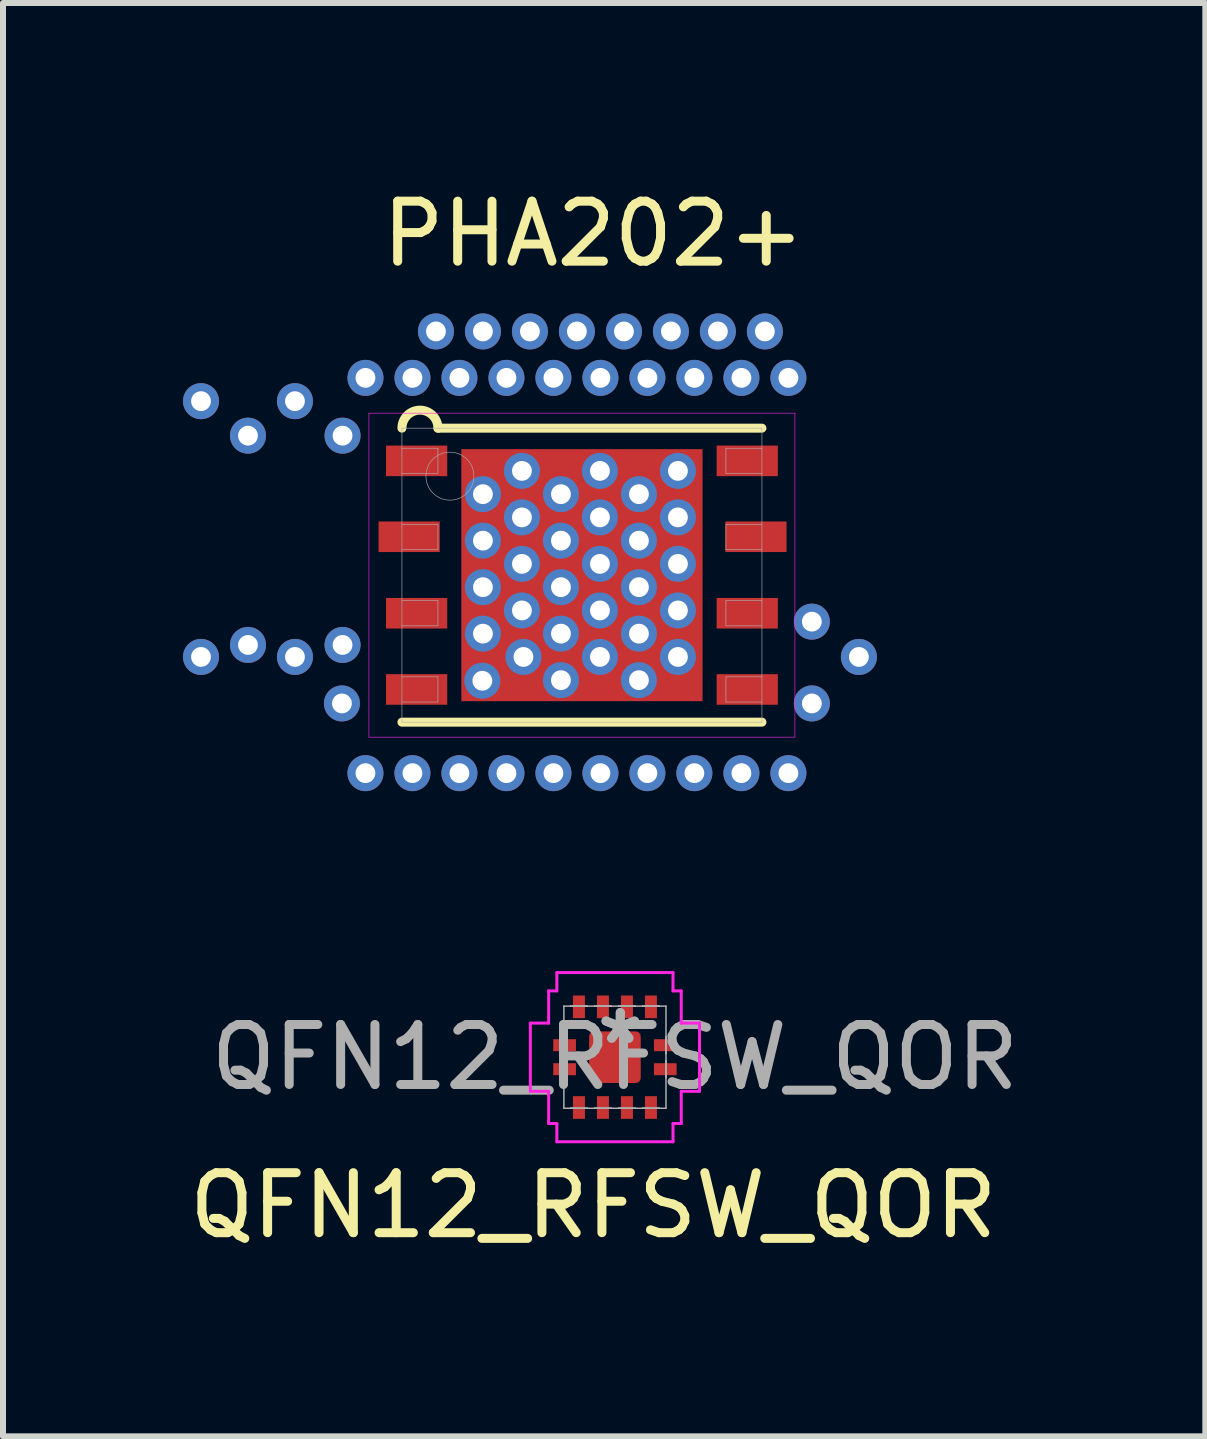
<source format=kicad_pcb>
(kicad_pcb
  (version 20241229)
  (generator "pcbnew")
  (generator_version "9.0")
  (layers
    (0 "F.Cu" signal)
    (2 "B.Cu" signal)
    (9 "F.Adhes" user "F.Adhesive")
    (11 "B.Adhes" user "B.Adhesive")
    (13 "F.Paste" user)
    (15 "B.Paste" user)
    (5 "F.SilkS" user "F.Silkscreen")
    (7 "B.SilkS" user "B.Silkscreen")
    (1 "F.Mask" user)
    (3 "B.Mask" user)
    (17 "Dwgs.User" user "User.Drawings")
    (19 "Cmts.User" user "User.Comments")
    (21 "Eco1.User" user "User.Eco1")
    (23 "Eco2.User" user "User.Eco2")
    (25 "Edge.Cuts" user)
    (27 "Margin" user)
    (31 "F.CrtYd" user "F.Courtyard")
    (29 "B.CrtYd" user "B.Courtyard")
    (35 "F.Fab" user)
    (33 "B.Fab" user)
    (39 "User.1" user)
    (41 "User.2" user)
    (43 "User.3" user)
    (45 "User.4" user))
  (footprint "QFN12_RFSW_QOR"
    (layer "F.Cu")
    (at 7.199 14.57)
    (property "Reference" "QFN12_RFSW_QOR" (at -0.36 2.47 0) (unlocked yes) (layer "F.SilkS") (effects (font (size 1 1) (thickness 0.15))))
    (attr smd)
    (fp_line (start -1.41 -0.568) (end -1.105 -0.568) (stroke (width 0.05) (type solid)) (layer "F.CrtYd"))
    (fp_line (start -1.41 0.568) (end -1.41 -0.568) (stroke (width 0.05) (type solid)) (layer "F.CrtYd"))
    (fp_line (start -1.105 -1.105) (end -0.968 -1.105) (stroke (width 0.05) (type solid)) (layer "F.CrtYd"))
    (fp_line (start -1.105 -0.568) (end -1.105 -1.105) (stroke (width 0.05) (type solid)) (layer "F.CrtYd"))
    (fp_line (start -1.105 0.568) (end -1.41 0.568) (stroke (width 0.05) (type solid)) (layer "F.CrtYd"))
    (fp_line (start -1.105 1.105) (end -1.105 0.568) (stroke (width 0.05) (type solid)) (layer "F.CrtYd"))
    (fp_line (start -0.968 -1.41) (end 0.968 -1.41) (stroke (width 0.05) (type solid)) (layer "F.CrtYd"))
    (fp_line (start -0.968 -1.105) (end -0.968 -1.41) (stroke (width 0.05) (type solid)) (layer "F.CrtYd"))
    (fp_line (start -0.968 1.105) (end -1.105 1.105) (stroke (width 0.05) (type solid)) (layer "F.CrtYd"))
    (fp_line (start -0.968 1.41) (end -0.968 1.105) (stroke (width 0.05) (type solid)) (layer "F.CrtYd"))
    (fp_line (start 0.968 -1.41) (end 0.968 -1.105) (stroke (width 0.05) (type solid)) (layer "F.CrtYd"))
    (fp_line (start 0.968 -1.105) (end 1.105 -1.105) (stroke (width 0.05) (type solid)) (layer "F.CrtYd"))
    (fp_line (start 0.968 1.105) (end 0.968 1.41) (stroke (width 0.05) (type solid)) (layer "F.CrtYd"))
    (fp_line (start 0.968 1.41) (end -0.968 1.41) (stroke (width 0.05) (type solid)) (layer "F.CrtYd"))
    (fp_line (start 1.105 -1.105) (end 1.105 -0.568) (stroke (width 0.05) (type solid)) (layer "F.CrtYd"))
    (fp_line (start 1.105 -0.568) (end 1.41 -0.568) (stroke (width 0.05) (type solid)) (layer "F.CrtYd"))
    (fp_line (start 1.105 0.568) (end 1.105 1.105) (stroke (width 0.05) (type solid)) (layer "F.CrtYd"))
    (fp_line (start 1.105 1.105) (end 0.968 1.105) (stroke (width 0.05) (type solid)) (layer "F.CrtYd"))
    (fp_line (start 1.41 -0.568) (end 1.41 0.568) (stroke (width 0.05) (type solid)) (layer "F.CrtYd"))
    (fp_line (start 1.41 0.568) (end 1.105 0.568) (stroke (width 0.05) (type solid)) (layer "F.CrtYd"))
    (fp_line (start -0.851 -0.851) (end -0.851 0.851) (stroke (width 0.025) (type solid)) (layer "F.Fab"))
    (fp_line (start -0.851 -0.34) (end -0.851 -0.34) (stroke (width 0.025) (type solid)) (layer "F.Fab"))
    (fp_line (start -0.851 -0.34) (end -0.851 -0.06) (stroke (width 0.025) (type solid)) (layer "F.Fab"))
    (fp_line (start -0.851 -0.06) (end -0.851 -0.34) (stroke (width 0.025) (type solid)) (layer "F.Fab"))
    (fp_line (start -0.851 -0.06) (end -0.851 -0.06) (stroke (width 0.025) (type solid)) (layer "F.Fab"))
    (fp_line (start -0.851 0.06) (end -0.851 0.06) (stroke (width 0.025) (type solid)) (layer "F.Fab"))
    (fp_line (start -0.851 0.06) (end -0.851 0.34) (stroke (width 0.025) (type solid)) (layer "F.Fab"))
    (fp_line (start -0.851 0.34) (end -0.851 0.06) (stroke (width 0.025) (type solid)) (layer "F.Fab"))
    (fp_line (start -0.851 0.34) (end -0.851 0.34) (stroke (width 0.025) (type solid)) (layer "F.Fab"))
    (fp_line (start -0.851 0.851) (end 0.851 0.851) (stroke (width 0.025) (type solid)) (layer "F.Fab"))
    (fp_line (start -0.74 -0.851) (end -0.74 -0.851) (stroke (width 0.025) (type solid)) (layer "F.Fab"))
    (fp_line (start -0.74 -0.851) (end -0.46 -0.851) (stroke (width 0.025) (type solid)) (layer "F.Fab"))
    (fp_line (start -0.74 0.851) (end -0.74 0.851) (stroke (width 0.025) (type solid)) (layer "F.Fab"))
    (fp_line (start -0.74 0.851) (end -0.46 0.851) (stroke (width 0.025) (type solid)) (layer "F.Fab"))
    (fp_line (start -0.46 -0.851) (end -0.74 -0.851) (stroke (width 0.025) (type solid)) (layer "F.Fab"))
    (fp_line (start -0.46 -0.851) (end -0.46 -0.851) (stroke (width 0.025) (type solid)) (layer "F.Fab"))
    (fp_line (start -0.46 0.851) (end -0.74 0.851) (stroke (width 0.025) (type solid)) (layer "F.Fab"))
    (fp_line (start -0.46 0.851) (end -0.46 0.851) (stroke (width 0.025) (type solid)) (layer "F.Fab"))
    (fp_line (start -0.34 -0.851) (end -0.34 -0.851) (stroke (width 0.025) (type solid)) (layer "F.Fab"))
    (fp_line (start -0.34 -0.851) (end -0.06 -0.851) (stroke (width 0.025) (type solid)) (layer "F.Fab"))
    (fp_line (start -0.34 0.851) (end -0.34 0.851) (stroke (width 0.025) (type solid)) (layer "F.Fab"))
    (fp_line (start -0.34 0.851) (end -0.06 0.851) (stroke (width 0.025) (type solid)) (layer "F.Fab"))
    (fp_line (start -0.06 -0.851) (end -0.34 -0.851) (stroke (width 0.025) (type solid)) (layer "F.Fab"))
    (fp_line (start -0.06 -0.851) (end -0.06 -0.851) (stroke (width 0.025) (type solid)) (layer "F.Fab"))
    (fp_line (start -0.06 0.851) (end -0.34 0.851) (stroke (width 0.025) (type solid)) (layer "F.Fab"))
    (fp_line (start -0.06 0.851) (end -0.06 0.851) (stroke (width 0.025) (type solid)) (layer "F.Fab"))
    (fp_line (start 0.06 -0.851) (end 0.06 -0.851) (stroke (width 0.025) (type solid)) (layer "F.Fab"))
    (fp_line (start 0.06 -0.851) (end 0.34 -0.851) (stroke (width 0.025) (type solid)) (layer "F.Fab"))
    (fp_line (start 0.06 0.851) (end 0.06 0.851) (stroke (width 0.025) (type solid)) (layer "F.Fab"))
    (fp_line (start 0.06 0.851) (end 0.34 0.851) (stroke (width 0.025) (type solid)) (layer "F.Fab"))
    (fp_line (start 0.34 -0.851) (end 0.06 -0.851) (stroke (width 0.025) (type solid)) (layer "F.Fab"))
    (fp_line (start 0.34 -0.851) (end 0.34 -0.851) (stroke (width 0.025) (type solid)) (layer "F.Fab"))
    (fp_line (start 0.34 0.851) (end 0.06 0.851) (stroke (width 0.025) (type solid)) (layer "F.Fab"))
    (fp_line (start 0.34 0.851) (end 0.34 0.851) (stroke (width 0.025) (type solid)) (layer "F.Fab"))
    (fp_line (start 0.46 -0.851) (end 0.46 -0.851) (stroke (width 0.025) (type solid)) (layer "F.Fab"))
    (fp_line (start 0.46 -0.851) (end 0.74 -0.851) (stroke (width 0.025) (type solid)) (layer "F.Fab"))
    (fp_line (start 0.46 0.851) (end 0.46 0.851) (stroke (width 0.025) (type solid)) (layer "F.Fab"))
    (fp_line (start 0.46 0.851) (end 0.74 0.851) (stroke (width 0.025) (type solid)) (layer "F.Fab"))
    (fp_line (start 0.74 -0.851) (end 0.46 -0.851) (stroke (width 0.025) (type solid)) (layer "F.Fab"))
    (fp_line (start 0.74 -0.851) (end 0.74 -0.851) (stroke (width 0.025) (type solid)) (layer "F.Fab"))
    (fp_line (start 0.74 0.851) (end 0.46 0.851) (stroke (width 0.025) (type solid)) (layer "F.Fab"))
    (fp_line (start 0.74 0.851) (end 0.74 0.851) (stroke (width 0.025) (type solid)) (layer "F.Fab"))
    (fp_line (start 0.851 -0.851) (end -0.851 -0.851) (stroke (width 0.025) (type solid)) (layer "F.Fab"))
    (fp_line (start 0.851 -0.34) (end 0.851 -0.34) (stroke (width 0.025) (type solid)) (layer "F.Fab"))
    (fp_line (start 0.851 -0.34) (end 0.851 -0.06) (stroke (width 0.025) (type solid)) (layer "F.Fab"))
    (fp_line (start 0.851 -0.06) (end 0.851 -0.34) (stroke (width 0.025) (type solid)) (layer "F.Fab"))
    (fp_line (start 0.851 -0.06) (end 0.851 -0.06) (stroke (width 0.025) (type solid)) (layer "F.Fab"))
    (fp_line (start 0.851 0.06) (end 0.851 0.06) (stroke (width 0.025) (type solid)) (layer "F.Fab"))
    (fp_line (start 0.851 0.06) (end 0.851 0.34) (stroke (width 0.025) (type solid)) (layer "F.Fab"))
    (fp_line (start 0.851 0.34) (end 0.851 0.06) (stroke (width 0.025) (type solid)) (layer "F.Fab"))
    (fp_line (start 0.851 0.34) (end 0.851 0.34) (stroke (width 0.025) (type solid)) (layer "F.Fab"))
    (fp_line (start 0.851 0.851) (end 0.851 -0.851) (stroke (width 0.025) (type solid)) (layer "F.Fab"))
    (fp_text user "*" (at 0.089 -0.2 0) (unlocked yes) (layer "F.Fab") (effects (font (size 1 1) (thickness 0.15))))
    (fp_text user "*" (at 0.089 -0.2 0) (unlocked yes) (layer "F.Fab") (effects (font (size 1 1) (thickness 0.15))))
    (fp_text user "${REFERENCE}" (at 0 0 0) (unlocked yes) (layer "F.Fab") (effects (font (size 1 1) (thickness 0.15))))
    (pad "1" smd rect (at -0.839 -0.2 90) (size 0.2 0.378) (layers "F.Cu" "F.Mask" "F.Paste"))
    (pad "2" smd rect (at -0.839 0.2 90) (size 0.2 0.378) (layers "F.Cu" "F.Mask" "F.Paste"))
    (pad "3" smd rect (at -0.6 0.839) (size 0.2 0.378) (layers "F.Cu" "F.Mask" "F.Paste"))
    (pad "4" smd rect (at -0.2 0.839) (size 0.2 0.378) (layers "F.Cu" "F.Mask" "F.Paste"))
    (pad "5" smd rect (at 0.2 0.839) (size 0.2 0.378) (layers "F.Cu" "F.Mask" "F.Paste"))
    (pad "6" smd rect (at 0.6 0.839) (size 0.2 0.378) (layers "F.Cu" "F.Mask" "F.Paste"))
    (pad "7" smd rect (at 0.839 0.2 90) (size 0.2 0.378) (layers "F.Cu" "F.Mask" "F.Paste"))
    (pad "8" smd rect (at 0.839 -0.2 90) (size 0.2 0.378) (layers "F.Cu" "F.Mask" "F.Paste"))
    (pad "9" smd rect (at 0.6 -0.839) (size 0.2 0.378) (layers "F.Cu" "F.Mask" "F.Paste"))
    (pad "10" smd rect (at 0.2 -0.839) (size 0.2 0.378) (layers "F.Cu" "F.Mask" "F.Paste"))
    (pad "11" smd rect (at -0.2 -0.839) (size 0.2 0.378) (layers "F.Cu" "F.Mask" "F.Paste"))
    (pad "12" smd rect (at -0.6 -0.839) (size 0.2 0.378) (layers "F.Cu" "F.Mask" "F.Paste"))
    (pad "13" smd roundrect (at 0 0) (size 0.86 0.86) (property pad_prop_heatsink) (layers "F.Cu" "F.Mask" "F.Paste") (roundrect_rratio 0.099)))
  (footprint "PHA202+"
    (layer "F.Cu")
    (at 6.649 6.536)
    (property "Reference" "PHA202+" (at 0.191 -5.688 0) (unlocked yes) (layer "F.SilkS") (effects (font (size 1 1) (thickness 0.15))))
    (attr smd)
    (fp_line (start -3 2.45) (end 3 2.45) (stroke (width 0.15) (type solid)) (layer "F.SilkS"))
    (fp_line (start -2.4 -2.45) (end 3 -2.45) (stroke (width 0.15) (type solid)) (layer "F.SilkS"))
    (fp_arc (start -3 -2.45) (mid -2.7 -2.75) (end -2.4 -2.45) (stroke (width 0.15) (type solid)) (layer "F.SilkS"))
    (fp_line (start -3.55 -2.7) (end 3.55 -2.7) (stroke (width 0.01) (type solid)) (layer "F.CrtYd"))
    (fp_line (start -3.55 2.7) (end -3.55 -2.7) (stroke (width 0.01) (type solid)) (layer "F.CrtYd"))
    (fp_line (start 3.55 -2.7) (end 3.55 2.7) (stroke (width 0.01) (type solid)) (layer "F.CrtYd"))
    (fp_line (start 3.55 2.7) (end -3.55 2.7) (stroke (width 0.01) (type solid)) (layer "F.CrtYd"))
    (fp_line (start -3 -2.45) (end 3 -2.45) (stroke (width 0.01) (type solid)) (layer "F.Fab"))
    (fp_line (start -3 -1.695) (end -2.4 -1.695) (stroke (width 0.01) (type solid)) (layer "F.Fab"))
    (fp_line (start -3 -0.425) (end -2.4 -0.425) (stroke (width 0.01) (type solid)) (layer "F.Fab"))
    (fp_line (start -3 0.845) (end -2.4 0.845) (stroke (width 0.01) (type solid)) (layer "F.Fab"))
    (fp_line (start -3 2.115) (end -2.4 2.115) (stroke (width 0.01) (type solid)) (layer "F.Fab"))
    (fp_line (start -3 2.45) (end -3 -2.45) (stroke (width 0.01) (type solid)) (layer "F.Fab"))
    (fp_line (start -2.4 -2.115) (end -3 -2.115) (stroke (width 0.01) (type solid)) (layer "F.Fab"))
    (fp_line (start -2.4 -1.695) (end -2.4 -2.115) (stroke (width 0.01) (type solid)) (layer "F.Fab"))
    (fp_line (start -2.4 -0.845) (end -3 -0.845) (stroke (width 0.01) (type solid)) (layer "F.Fab"))
    (fp_line (start -2.4 -0.425) (end -2.4 -0.845) (stroke (width 0.01) (type solid)) (layer "F.Fab"))
    (fp_line (start -2.4 0.425) (end -3 0.425) (stroke (width 0.01) (type solid)) (layer "F.Fab"))
    (fp_line (start -2.4 0.845) (end -2.4 0.425) (stroke (width 0.01) (type solid)) (layer "F.Fab"))
    (fp_line (start -2.4 1.695) (end -3 1.695) (stroke (width 0.01) (type solid)) (layer "F.Fab"))
    (fp_line (start -2.4 2.115) (end -2.4 1.695) (stroke (width 0.01) (type solid)) (layer "F.Fab"))
    (fp_line (start 2.4 -2.115) (end 2.4 -1.695) (stroke (width 0.01) (type solid)) (layer "F.Fab"))
    (fp_line (start 2.4 -1.695) (end 3 -1.695) (stroke (width 0.01) (type solid)) (layer "F.Fab"))
    (fp_line (start 2.4 -0.845) (end 2.4 -0.425) (stroke (width 0.01) (type solid)) (layer "F.Fab"))
    (fp_line (start 2.4 -0.425) (end 3 -0.425) (stroke (width 0.01) (type solid)) (layer "F.Fab"))
    (fp_line (start 2.4 0.425) (end 2.4 0.845) (stroke (width 0.01) (type solid)) (layer "F.Fab"))
    (fp_line (start 2.4 0.845) (end 3 0.845) (stroke (width 0.01) (type solid)) (layer "F.Fab"))
    (fp_line (start 2.4 1.695) (end 2.4 2.115) (stroke (width 0.01) (type solid)) (layer "F.Fab"))
    (fp_line (start 2.4 2.115) (end 3 2.115) (stroke (width 0.01) (type solid)) (layer "F.Fab"))
    (fp_line (start 3 -2.45) (end 3 2.45) (stroke (width 0.01) (type solid)) (layer "F.Fab"))
    (fp_line (start 3 -2.115) (end 2.4 -2.115) (stroke (width 0.01) (type solid)) (layer "F.Fab"))
    (fp_line (start 3 -0.845) (end 2.4 -0.845) (stroke (width 0.01) (type solid)) (layer "F.Fab"))
    (fp_line (start 3 0.425) (end 2.4 0.425) (stroke (width 0.01) (type solid)) (layer "F.Fab"))
    (fp_line (start 3 1.695) (end 2.4 1.695) (stroke (width 0.01) (type solid)) (layer "F.Fab"))
    (fp_line (start 3 2.45) (end -3 2.45) (stroke (width 0.01) (type solid)) (layer "F.Fab"))
    (fp_circle (center -2.2 -1.65) (end -2.2 -1.25) (stroke (width 0.01) (type solid)) (fill no) (layer "F.Fab"))
    (pad "EP" thru_hole circle (at -6.349 -2.9) (size 0.6 0.6) (drill 0.33) (layers "*.Cu"))
    (pad "EP" thru_hole circle (at -6.349 1.363) (size 0.6 0.6) (drill 0.33) (layers "*.Cu"))
    (pad "EP" thru_hole circle (at -5.566 -2.325) (size 0.6 0.6) (drill 0.33) (layers "*.Cu"))
    (pad "EP" thru_hole circle (at -5.566 1.163) (size 0.6 0.6) (drill 0.33) (layers "*.Cu"))
    (pad "EP" thru_hole circle (at -4.783 -2.9) (size 0.6 0.6) (drill 0.33) (layers "*.Cu"))
    (pad "EP" thru_hole circle (at -4.783 1.363) (size 0.6 0.6) (drill 0.33) (layers "*.Cu"))
    (pad "EP" thru_hole circle (at -4 2.138) (size 0.6 0.6) (drill 0.33) (layers "*.Cu"))
    (pad "EP" thru_hole circle (at -3.99 -2.325) (size 0.6 0.6) (drill 0.33) (layers "*.Cu"))
    (pad "EP" thru_hole circle (at -3.99 1.163) (size 0.6 0.6) (drill 0.33) (layers "*.Cu"))
    (pad "EP" thru_hole circle (at -3.608 -3.288) (size 0.6 0.6) (drill 0.33) (layers "*.Cu"))
    (pad "EP" thru_hole circle (at -3.608 3.3) (size 0.6 0.6) (drill 0.33) (layers "*.Cu"))
    (pad "EP" thru_hole circle (at -2.825 -3.288) (size 0.6 0.6) (drill 0.33) (layers "*.Cu"))
    (pad "EP" thru_hole circle (at -2.825 3.3) (size 0.6 0.6) (drill 0.33) (layers "*.Cu"))
    (pad "EP" thru_hole circle (at -2.433 -4.062) (size 0.6 0.6) (drill 0.33) (layers "*.Cu"))
    (pad "EP" thru_hole circle (at -2.042 -3.288) (size 0.6 0.6) (drill 0.33) (layers "*.Cu"))
    (pad "EP" thru_hole circle (at -2.042 3.3) (size 0.6 0.6) (drill 0.33) (layers "*.Cu"))
    (pad "EP" thru_hole circle (at -1.66 1.76) (size 0.6 0.6) (drill 0.33) (layers "*.Cu"))
    (pad "EP" thru_hole circle (at -1.65 -4.062) (size 0.6 0.6) (drill 0.33) (layers "*.Cu"))
    (pad "EP" thru_hole circle (at -1.65 -1.35) (size 0.6 0.6) (drill 0.33) (layers "*.Cu"))
    (pad "EP" thru_hole circle (at -1.65 -0.575) (size 0.6 0.6) (drill 0.33) (layers "*.Cu"))
    (pad "EP" thru_hole circle (at -1.65 0.2) (size 0.6 0.6) (drill 0.33) (layers "*.Cu"))
    (pad "EP" thru_hole circle (at -1.65 0.975) (size 0.6 0.6) (drill 0.33) (layers "*.Cu"))
    (pad "EP" thru_hole circle (at -1.258 -3.288) (size 0.6 0.6) (drill 0.33) (layers "*.Cu"))
    (pad "EP" thru_hole circle (at -1.258 3.3) (size 0.6 0.6) (drill 0.33) (layers "*.Cu"))
    (pad "EP" thru_hole circle (at -1 -1.738) (size 0.6 0.6) (drill 0.33) (layers "*.Cu"))
    (pad "EP" thru_hole circle (at -1 -0.963) (size 0.6 0.6) (drill 0.33) (layers "*.Cu"))
    (pad "EP" thru_hole circle (at -1 -0.188) (size 0.6 0.6) (drill 0.33) (layers "*.Cu"))
    (pad "EP" thru_hole circle (at -1 0.588) (size 0.6 0.6) (drill 0.33) (layers "*.Cu"))
    (pad "EP" thru_hole circle (at -0.975 1.363) (size 0.6 0.6) (drill 0.33) (layers "*.Cu"))
    (pad "EP" thru_hole circle (at -0.867 -4.062) (size 0.6 0.6) (drill 0.33) (layers "*.Cu"))
    (pad "EP" thru_hole circle (at -0.475 -3.288) (size 0.6 0.6) (drill 0.33) (layers "*.Cu"))
    (pad "EP" thru_hole circle (at -0.475 3.3) (size 0.6 0.6) (drill 0.33) (layers "*.Cu"))
    (pad "EP" thru_hole circle (at -0.35 -1.35) (size 0.6 0.6) (drill 0.33) (layers "*.Cu"))
    (pad "EP" thru_hole circle (at -0.35 -0.575) (size 0.6 0.6) (drill 0.33) (layers "*.Cu"))
    (pad "EP" thru_hole circle (at -0.35 0.2) (size 0.6 0.6) (drill 0.33) (layers "*.Cu"))
    (pad "EP" thru_hole circle (at -0.35 0.975) (size 0.6 0.6) (drill 0.33) (layers "*.Cu"))
    (pad "EP" thru_hole circle (at -0.35 1.75) (size 0.6 0.6) (drill 0.33) (layers "*.Cu"))
    (pad "EP" thru_hole circle (at -0.084 -4.062) (size 0.6 0.6) (drill 0.33) (layers "*.Cu"))
    (pad "EP" thru_hole circle (at 0.3 -1.738) (size 0.6 0.6) (drill 0.33) (layers "*.Cu"))
    (pad "EP" thru_hole circle (at 0.3 -0.963) (size 0.6 0.6) (drill 0.33) (layers "*.Cu"))
    (pad "EP" thru_hole circle (at 0.3 -0.188) (size 0.6 0.6) (drill 0.33) (layers "*.Cu"))
    (pad "EP" thru_hole circle (at 0.3 0.588) (size 0.6 0.6) (drill 0.33) (layers "*.Cu"))
    (pad "EP" thru_hole circle (at 0.3 1.363) (size 0.6 0.6) (drill 0.33) (layers "*.Cu"))
    (pad "EP" thru_hole circle (at 0.308 -3.288) (size 0.6 0.6) (drill 0.33) (layers "*.Cu"))
    (pad "EP" thru_hole circle (at 0.308 3.3) (size 0.6 0.6) (drill 0.33) (layers "*.Cu"))
    (pad "EP" thru_hole circle (at 0.7 -4.062) (size 0.6 0.6) (drill 0.33) (layers "*.Cu"))
    (pad "EP" thru_hole circle (at 0.95 -1.35) (size 0.6 0.6) (drill 0.33) (layers "*.Cu"))
    (pad "EP" thru_hole circle (at 0.95 -0.575) (size 0.6 0.6) (drill 0.33) (layers "*.Cu"))
    (pad "EP" thru_hole circle (at 0.95 0.2) (size 0.6 0.6) (drill 0.33) (layers "*.Cu"))
    (pad "EP" thru_hole circle (at 0.95 0.975) (size 0.6 0.6) (drill 0.33) (layers "*.Cu"))
    (pad "EP" thru_hole circle (at 0.95 1.75) (size 0.6 0.6) (drill 0.33) (layers "*.Cu"))
    (pad "EP" thru_hole circle (at 1.091 -3.288) (size 0.6 0.6) (drill 0.33) (layers "*.Cu"))
    (pad "EP" thru_hole circle (at 1.091 3.3) (size 0.6 0.6) (drill 0.33) (layers "*.Cu"))
    (pad "EP" thru_hole circle (at 1.483 -4.062) (size 0.6 0.6) (drill 0.33) (layers "*.Cu"))
    (pad "EP" thru_hole circle (at 1.6 -1.738) (size 0.6 0.6) (drill 0.33) (layers "*.Cu"))
    (pad "EP" thru_hole circle (at 1.6 -0.963) (size 0.6 0.6) (drill 0.33) (layers "*.Cu"))
    (pad "EP" thru_hole circle (at 1.6 -0.188) (size 0.6 0.6) (drill 0.33) (layers "*.Cu"))
    (pad "EP" thru_hole circle (at 1.6 0.588) (size 0.6 0.6) (drill 0.33) (layers "*.Cu"))
    (pad "EP" thru_hole circle (at 1.6 1.363) (size 0.6 0.6) (drill 0.33) (layers "*.Cu"))
    (pad "EP" thru_hole circle (at 1.874 -3.288) (size 0.6 0.6) (drill 0.33) (layers "*.Cu"))
    (pad "EP" thru_hole circle (at 1.874 3.3) (size 0.6 0.6) (drill 0.33) (layers "*.Cu"))
    (pad "EP" thru_hole circle (at 2.266 -4.062) (size 0.6 0.6) (drill 0.33) (layers "*.Cu"))
    (pad "EP" thru_hole circle (at 2.658 -3.288) (size 0.6 0.6) (drill 0.33) (layers "*.Cu"))
    (pad "EP" thru_hole circle (at 2.658 3.3) (size 0.6 0.6) (drill 0.33) (layers "*.Cu"))
    (pad "EP" thru_hole circle (at 3.049 -4.062) (size 0.6 0.6) (drill 0.33) (layers "*.Cu"))
    (pad "EP" thru_hole circle (at 3.441 -3.288) (size 0.6 0.6) (drill 0.33) (layers "*.Cu"))
    (pad "EP" thru_hole circle (at 3.441 3.3) (size 0.6 0.6) (drill 0.33) (layers "*.Cu"))
    (pad "EP" thru_hole circle (at 3.832 0.775) (size 0.6 0.6) (drill 0.33) (layers "*.Cu"))
    (pad "EP" thru_hole circle (at 3.832 2.138) (size 0.6 0.6) (drill 0.33) (layers "*.Cu"))
    (pad "EP" thru_hole circle (at 4.616 1.363) (size 0.6 0.6) (drill 0.33) (layers "*.Cu"))
    (pad "GND" smd rect (at -2.755 -1.905) (size 1.02 0.51) (layers "F.Cu" "F.Mask" "F.Paste"))
    (pad "GND" smd rect (at -2.755 0.635) (size 1.02 0.51) (layers "F.Cu" "F.Mask" "F.Paste"))
    (pad "GND" smd rect (at -2.755 1.905) (size 1.02 0.51) (layers "F.Cu" "F.Mask" "F.Paste"))
    (pad "GND" smd rect (at 0 0) (size 4.02 4.2) (layers "F.Cu" "F.Mask" "F.Paste"))
    (pad "GND" smd rect (at 2.755 -1.905) (size 1.02 0.51) (layers "F.Cu" "F.Mask" "F.Paste"))
    (pad "GND" smd rect (at 2.755 0.635) (size 1.02 0.51) (layers "F.Cu" "F.Mask" "F.Paste"))
    (pad "GND" smd rect (at 2.755 1.905) (size 1.02 0.51) (layers "F.Cu" "F.Mask" "F.Paste"))
    (pad "IN" smd rect (at -2.88 -0.64) (size 1.02 0.51) (layers "F.Cu" "F.Mask" "F.Paste"))
    (pad "OUT" smd rect (at 2.9 -0.64) (size 1.02 0.51) (layers "F.Cu" "F.Mask" "F.Paste")))
  (gr_rect
    (start -3 -3)
    (end 17.039 20.889)
    (stroke (width 0.1) (type default))
    (fill no)
    (layer "Edge.Cuts")))
</source>
